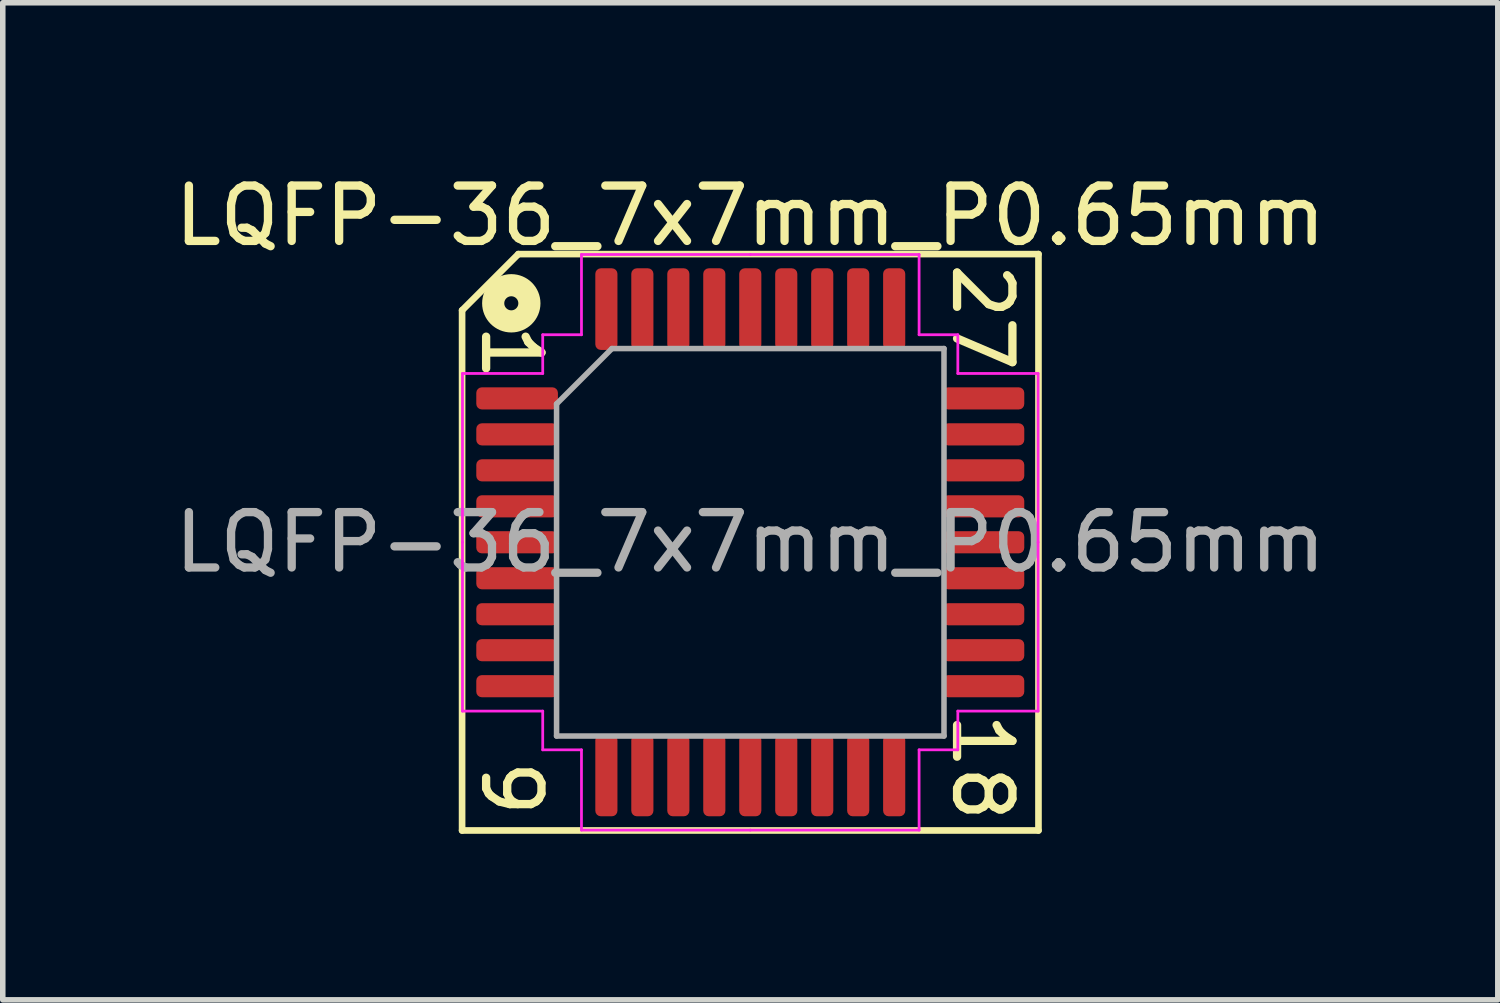
<source format=kicad_pcb>
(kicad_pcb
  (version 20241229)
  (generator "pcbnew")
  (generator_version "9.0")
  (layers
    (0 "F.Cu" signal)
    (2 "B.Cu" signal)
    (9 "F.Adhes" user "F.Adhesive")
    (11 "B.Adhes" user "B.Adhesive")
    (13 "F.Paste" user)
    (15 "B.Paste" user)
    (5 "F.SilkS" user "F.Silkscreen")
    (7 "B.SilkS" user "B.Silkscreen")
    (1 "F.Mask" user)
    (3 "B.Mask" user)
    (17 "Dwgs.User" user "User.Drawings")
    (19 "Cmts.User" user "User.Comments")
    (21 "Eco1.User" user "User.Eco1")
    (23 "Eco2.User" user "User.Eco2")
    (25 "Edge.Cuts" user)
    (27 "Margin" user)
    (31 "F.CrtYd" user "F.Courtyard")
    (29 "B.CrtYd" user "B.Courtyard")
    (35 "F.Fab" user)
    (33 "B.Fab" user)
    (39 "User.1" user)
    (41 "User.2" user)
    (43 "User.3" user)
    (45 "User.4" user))
  (footprint "LQFP-36_7x7mm_P0.65mm"
    (layer "F.Cu")
    (at 10.506 6.748)
    (property "Reference" "LQFP-36_7x7mm_P0.65mm" (at 0 -5.9 0) (layer "F.SilkS") (effects (font (size 1 1) (thickness 0.15))))
    (attr smd)
    (fp_line (start -5.207 -4.191) (end -4.191 -5.207) (stroke (width 0.12) (type solid)) (layer "F.SilkS"))
    (fp_line (start -5.207 5.207) (end -5.207 -4.191) (stroke (width 0.12) (type solid)) (layer "F.SilkS"))
    (fp_line (start -4.191 -5.207) (end 5.207 -5.207) (stroke (width 0.12) (type solid)) (layer "F.SilkS"))
    (fp_line (start 5.207 -5.207) (end 5.207 5.207) (stroke (width 0.12) (type solid)) (layer "F.SilkS"))
    (fp_line (start 5.207 5.207) (end -5.207 5.207) (stroke (width 0.12) (type solid)) (layer "F.SilkS"))
    (fp_circle (center -4.318 -4.318) (end -4.191 -4.318) (stroke (width 0.4) (type solid)) (fill no) (layer "F.SilkS"))
    (fp_line (start -5.2 -3.05) (end -5.2 0) (stroke (width 0.05) (type solid)) (layer "F.CrtYd"))
    (fp_line (start -5.2 3.05) (end -5.2 0) (stroke (width 0.05) (type solid)) (layer "F.CrtYd"))
    (fp_line (start -3.75 -3.75) (end -3.75 -3.05) (stroke (width 0.05) (type solid)) (layer "F.CrtYd"))
    (fp_line (start -3.75 -3.05) (end -5.2 -3.05) (stroke (width 0.05) (type solid)) (layer "F.CrtYd"))
    (fp_line (start -3.75 3.05) (end -5.2 3.05) (stroke (width 0.05) (type solid)) (layer "F.CrtYd"))
    (fp_line (start -3.75 3.75) (end -3.75 3.05) (stroke (width 0.05) (type solid)) (layer "F.CrtYd"))
    (fp_line (start -3.05 -5.2) (end -3.05 -3.75) (stroke (width 0.05) (type solid)) (layer "F.CrtYd"))
    (fp_line (start -3.05 -3.75) (end -3.75 -3.75) (stroke (width 0.05) (type solid)) (layer "F.CrtYd"))
    (fp_line (start -3.05 3.75) (end -3.75 3.75) (stroke (width 0.05) (type solid)) (layer "F.CrtYd"))
    (fp_line (start -3.05 5.2) (end -3.05 3.75) (stroke (width 0.05) (type solid)) (layer "F.CrtYd"))
    (fp_line (start 0 -5.2) (end -3.05 -5.2) (stroke (width 0.05) (type solid)) (layer "F.CrtYd"))
    (fp_line (start 0 -5.2) (end 3.05 -5.2) (stroke (width 0.05) (type solid)) (layer "F.CrtYd"))
    (fp_line (start 0 5.2) (end -3.05 5.2) (stroke (width 0.05) (type solid)) (layer "F.CrtYd"))
    (fp_line (start 0 5.2) (end 3.05 5.2) (stroke (width 0.05) (type solid)) (layer "F.CrtYd"))
    (fp_line (start 3.05 -5.2) (end 3.05 -3.75) (stroke (width 0.05) (type solid)) (layer "F.CrtYd"))
    (fp_line (start 3.05 -3.75) (end 3.75 -3.75) (stroke (width 0.05) (type solid)) (layer "F.CrtYd"))
    (fp_line (start 3.05 3.75) (end 3.75 3.75) (stroke (width 0.05) (type solid)) (layer "F.CrtYd"))
    (fp_line (start 3.05 5.2) (end 3.05 3.75) (stroke (width 0.05) (type solid)) (layer "F.CrtYd"))
    (fp_line (start 3.75 -3.75) (end 3.75 -3.05) (stroke (width 0.05) (type solid)) (layer "F.CrtYd"))
    (fp_line (start 3.75 -3.05) (end 5.2 -3.05) (stroke (width 0.05) (type solid)) (layer "F.CrtYd"))
    (fp_line (start 3.75 3.05) (end 5.2 3.05) (stroke (width 0.05) (type solid)) (layer "F.CrtYd"))
    (fp_line (start 3.75 3.75) (end 3.75 3.05) (stroke (width 0.05) (type solid)) (layer "F.CrtYd"))
    (fp_line (start 5.2 -3.05) (end 5.2 0) (stroke (width 0.05) (type solid)) (layer "F.CrtYd"))
    (fp_line (start 5.2 3.05) (end 5.2 0) (stroke (width 0.05) (type solid)) (layer "F.CrtYd"))
    (fp_line (start -3.5 -2.5) (end -2.5 -3.5) (stroke (width 0.1) (type solid)) (layer "F.Fab"))
    (fp_line (start -3.5 3.5) (end -3.5 -2.5) (stroke (width 0.1) (type solid)) (layer "F.Fab"))
    (fp_line (start -2.5 -3.5) (end 3.5 -3.5) (stroke (width 0.1) (type solid)) (layer "F.Fab"))
    (fp_line (start 3.5 -3.5) (end 3.5 3.5) (stroke (width 0.1) (type solid)) (layer "F.Fab"))
    (fp_line (start 3.5 3.5) (end -3.5 3.5) (stroke (width 0.1) (type solid)) (layer "F.Fab"))
    (fp_text user "1" (at -4.318 -3.429 270) (unlocked yes) (layer "F.SilkS") (effects (font (size 1 1) (thickness 0.15))))
    (fp_text user "9" (at -4.318 4.445 270) (unlocked yes) (layer "F.SilkS") (effects (font (size 1 1) (thickness 0.15))))
    (fp_text user "18" (at 4.191 4.064 270) (unlocked yes) (layer "F.SilkS") (effects (font (size 1 1) (thickness 0.15))))
    (fp_text user "27" (at 4.191 -4.064 270) (unlocked yes) (layer "F.SilkS") (effects (font (size 1 1) (thickness 0.15))))
    (fp_text user "${REFERENCE}" (at 0 0 0) (layer "F.Fab") (effects (font (size 1 1) (thickness 0.15))))
    (pad "1" smd roundrect (at -4.213 -2.6) (size 1.475 0.4) (layers "F.Cu" "F.Mask" "F.Paste") (roundrect_rratio 0.25))
    (pad "2" smd roundrect (at -4.213 -1.95) (size 1.475 0.4) (layers "F.Cu" "F.Mask" "F.Paste") (roundrect_rratio 0.25))
    (pad "3" smd roundrect (at -4.213 -1.3) (size 1.475 0.4) (layers "F.Cu" "F.Mask" "F.Paste") (roundrect_rratio 0.25))
    (pad "4" smd roundrect (at -4.213 -0.65) (size 1.475 0.4) (layers "F.Cu" "F.Mask" "F.Paste") (roundrect_rratio 0.25))
    (pad "5" smd roundrect (at -4.213 0) (size 1.475 0.4) (layers "F.Cu" "F.Mask" "F.Paste") (roundrect_rratio 0.25))
    (pad "6" smd roundrect (at -4.213 0.65) (size 1.475 0.4) (layers "F.Cu" "F.Mask" "F.Paste") (roundrect_rratio 0.25))
    (pad "7" smd roundrect (at -4.213 1.3) (size 1.475 0.4) (layers "F.Cu" "F.Mask" "F.Paste") (roundrect_rratio 0.25))
    (pad "8" smd roundrect (at -4.213 1.95) (size 1.475 0.4) (layers "F.Cu" "F.Mask" "F.Paste") (roundrect_rratio 0.25))
    (pad "9" smd roundrect (at -4.213 2.6) (size 1.475 0.4) (layers "F.Cu" "F.Mask" "F.Paste") (roundrect_rratio 0.25))
    (pad "10" smd roundrect (at -2.6 4.213) (size 0.4 1.475) (layers "F.Cu" "F.Mask" "F.Paste") (roundrect_rratio 0.25))
    (pad "11" smd roundrect (at -1.95 4.213) (size 0.4 1.475) (layers "F.Cu" "F.Mask" "F.Paste") (roundrect_rratio 0.25))
    (pad "12" smd roundrect (at -1.3 4.213) (size 0.4 1.475) (layers "F.Cu" "F.Mask" "F.Paste") (roundrect_rratio 0.25))
    (pad "13" smd roundrect (at -0.65 4.213) (size 0.4 1.475) (layers "F.Cu" "F.Mask" "F.Paste") (roundrect_rratio 0.25))
    (pad "14" smd roundrect (at 0 4.213) (size 0.4 1.475) (layers "F.Cu" "F.Mask" "F.Paste") (roundrect_rratio 0.25))
    (pad "15" smd roundrect (at 0.65 4.213) (size 0.4 1.475) (layers "F.Cu" "F.Mask" "F.Paste") (roundrect_rratio 0.25))
    (pad "16" smd roundrect (at 1.3 4.213) (size 0.4 1.475) (layers "F.Cu" "F.Mask" "F.Paste") (roundrect_rratio 0.25))
    (pad "17" smd roundrect (at 1.95 4.213) (size 0.4 1.475) (layers "F.Cu" "F.Mask" "F.Paste") (roundrect_rratio 0.25))
    (pad "18" smd roundrect (at 2.6 4.213) (size 0.4 1.475) (layers "F.Cu" "F.Mask" "F.Paste") (roundrect_rratio 0.25))
    (pad "19" smd roundrect (at 4.213 2.6) (size 1.475 0.4) (layers "F.Cu" "F.Mask" "F.Paste") (roundrect_rratio 0.25))
    (pad "20" smd roundrect (at 4.213 1.95) (size 1.475 0.4) (layers "F.Cu" "F.Mask" "F.Paste") (roundrect_rratio 0.25))
    (pad "21" smd roundrect (at 4.213 1.3) (size 1.475 0.4) (layers "F.Cu" "F.Mask" "F.Paste") (roundrect_rratio 0.25))
    (pad "22" smd roundrect (at 4.213 0.65) (size 1.475 0.4) (layers "F.Cu" "F.Mask" "F.Paste") (roundrect_rratio 0.25))
    (pad "23" smd roundrect (at 4.213 0) (size 1.475 0.4) (layers "F.Cu" "F.Mask" "F.Paste") (roundrect_rratio 0.25))
    (pad "24" smd roundrect (at 4.213 -0.65) (size 1.475 0.4) (layers "F.Cu" "F.Mask" "F.Paste") (roundrect_rratio 0.25))
    (pad "25" smd roundrect (at 4.213 -1.3) (size 1.475 0.4) (layers "F.Cu" "F.Mask" "F.Paste") (roundrect_rratio 0.25))
    (pad "26" smd roundrect (at 4.213 -1.95) (size 1.475 0.4) (layers "F.Cu" "F.Mask" "F.Paste") (roundrect_rratio 0.25))
    (pad "27" smd roundrect (at 4.213 -2.6) (size 1.475 0.4) (layers "F.Cu" "F.Mask" "F.Paste") (roundrect_rratio 0.25))
    (pad "28" smd roundrect (at 2.6 -4.213) (size 0.4 1.475) (layers "F.Cu" "F.Mask" "F.Paste") (roundrect_rratio 0.25))
    (pad "29" smd roundrect (at 1.95 -4.213) (size 0.4 1.475) (layers "F.Cu" "F.Mask" "F.Paste") (roundrect_rratio 0.25))
    (pad "30" smd roundrect (at 1.3 -4.213) (size 0.4 1.475) (layers "F.Cu" "F.Mask" "F.Paste") (roundrect_rratio 0.25))
    (pad "31" smd roundrect (at 0.65 -4.213) (size 0.4 1.475) (layers "F.Cu" "F.Mask" "F.Paste") (roundrect_rratio 0.25))
    (pad "32" smd roundrect (at 0 -4.213) (size 0.4 1.475) (layers "F.Cu" "F.Mask" "F.Paste") (roundrect_rratio 0.25))
    (pad "33" smd roundrect (at -0.65 -4.213) (size 0.4 1.475) (layers "F.Cu" "F.Mask" "F.Paste") (roundrect_rratio 0.25))
    (pad "34" smd roundrect (at -1.3 -4.213) (size 0.4 1.475) (layers "F.Cu" "F.Mask" "F.Paste") (roundrect_rratio 0.25))
    (pad "35" smd roundrect (at -1.95 -4.213) (size 0.4 1.475) (layers "F.Cu" "F.Mask" "F.Paste") (roundrect_rratio 0.25))
    (pad "36" smd roundrect (at -2.6 -4.213) (size 0.4 1.475) (layers "F.Cu" "F.Mask" "F.Paste") (roundrect_rratio 0.25)))
  (gr_rect
    (start -3 -3)
    (end 24.012 15.015)
    (stroke (width 0.1) (type default))
    (fill no)
    (layer "Edge.Cuts")))
</source>
